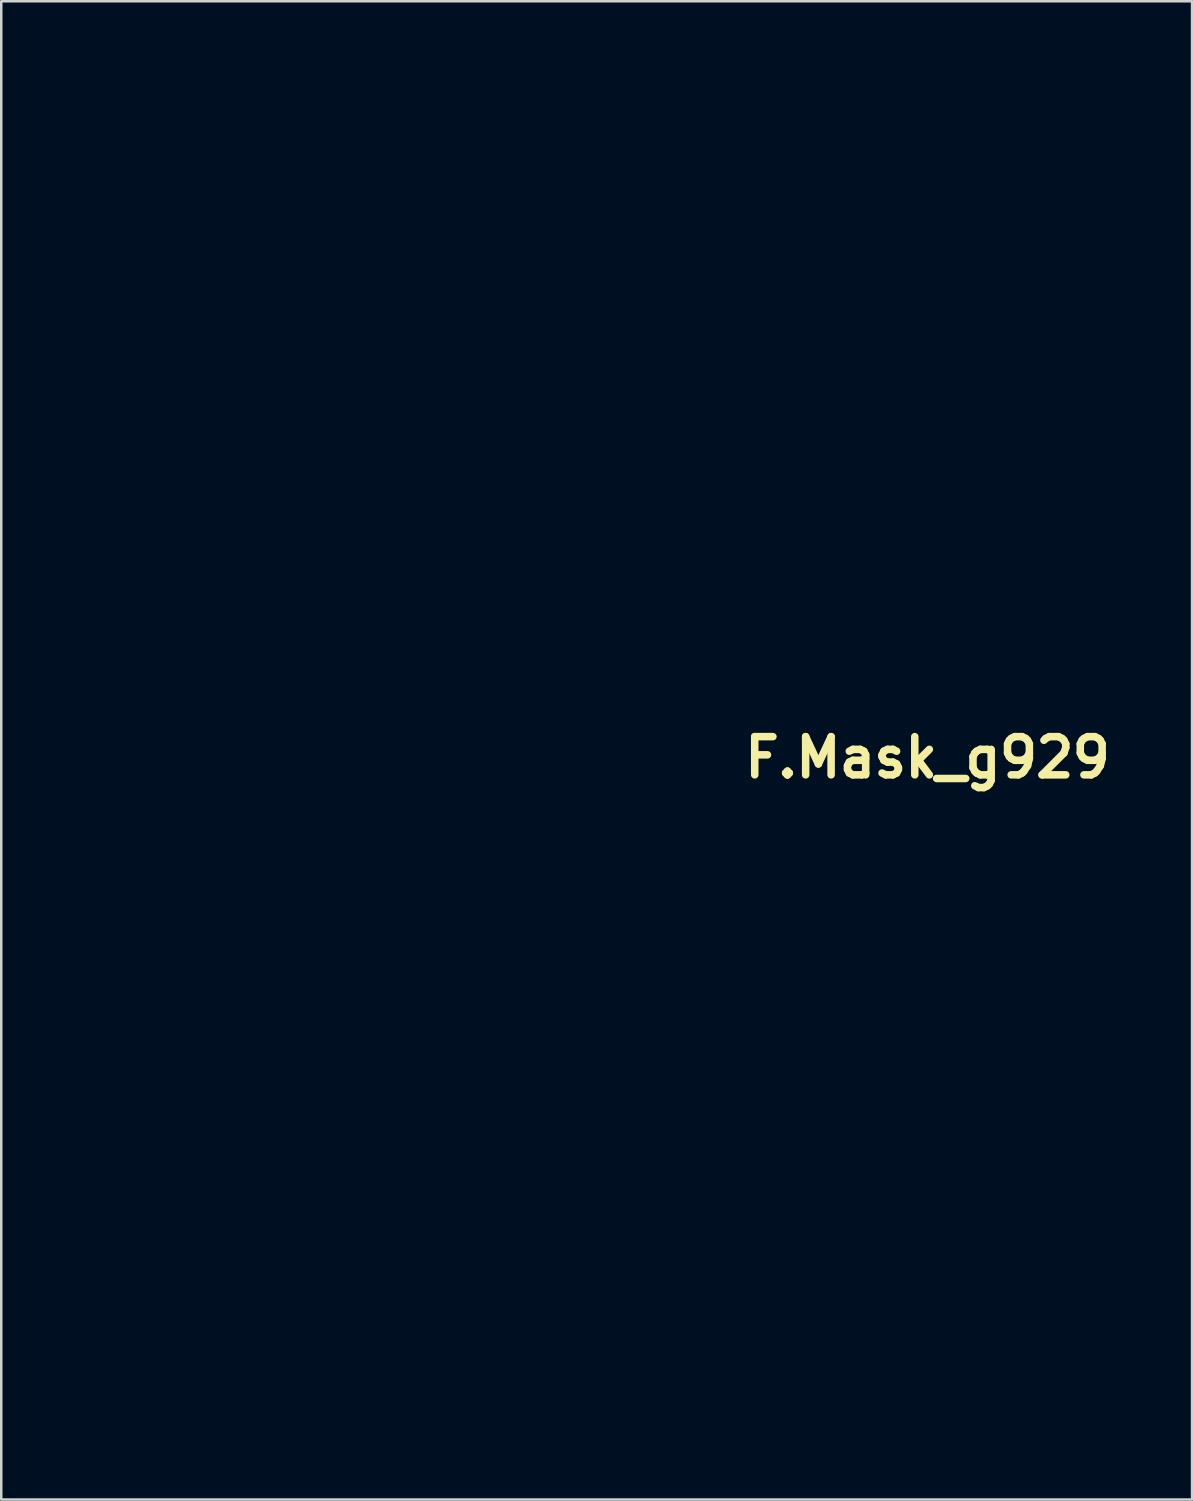
<source format=kicad_pcb>
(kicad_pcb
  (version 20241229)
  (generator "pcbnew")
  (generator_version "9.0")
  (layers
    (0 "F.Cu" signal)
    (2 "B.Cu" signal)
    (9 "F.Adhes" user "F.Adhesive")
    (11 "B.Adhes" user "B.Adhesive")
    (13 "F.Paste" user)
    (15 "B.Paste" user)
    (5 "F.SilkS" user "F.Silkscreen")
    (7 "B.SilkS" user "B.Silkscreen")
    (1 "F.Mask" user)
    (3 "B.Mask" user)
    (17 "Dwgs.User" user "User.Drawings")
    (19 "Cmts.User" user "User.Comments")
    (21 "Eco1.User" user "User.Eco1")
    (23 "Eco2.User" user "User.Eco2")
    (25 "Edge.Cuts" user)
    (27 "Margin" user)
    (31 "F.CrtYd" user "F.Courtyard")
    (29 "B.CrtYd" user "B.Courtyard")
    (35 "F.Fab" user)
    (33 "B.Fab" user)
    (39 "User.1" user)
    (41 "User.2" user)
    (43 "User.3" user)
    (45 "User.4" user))
  (footprint "F.Mask_g929"
    (layer "F.Cu")
    (at 33.957 27.176)
    (property "Reference" "F.Mask_g929" (at 0 0 0) (layer "F.SilkS") (effects (font (size 1.524 1.524) (thickness 0.3))))
    (attr through_hole)
    (fp_poly (pts (xy -23.987 18.733) (xy -23.776 18.733) (xy -23.6 18.734) (xy -23.457 18.735) (xy -23.343 18.737) (xy -23.254 18.739) (xy -23.189 18.742) (xy -23.142 18.746) (xy -23.112 18.751) (xy -23.094 18.757) (xy -23.086 18.764) (xy -23.085 18.766) (xy -23.08 18.798) (xy -23.076 18.864) (xy -23.074 18.956) (xy -23.072 19.068) (xy -23.072 19.147) (xy -23.072 19.494) (xy -23.407 19.494) (xy -23.506 19.495) (xy -23.641 19.496) (xy -23.803 19.498) (xy -23.986 19.5) (xy -24.182 19.502) (xy -24.383 19.505) (xy -24.574 19.509) (xy -25.407 19.523) (xy -25.393 19.376) (xy -25.387 19.293) (xy -25.383 19.183) (xy -25.38 19.064) (xy -25.379 18.981) (xy -25.379 18.733) (xy -24.238 18.733) (xy -23.987 18.733)) (stroke (width 0.01) (type solid)) (fill yes) (layer "F.Mask"))
    (fp_poly (pts (xy -31.806 5.465) (xy -31.744 5.488) (xy -31.651 5.529) (xy -31.621 5.543) (xy -31.347 5.662) (xy -31.065 5.758) (xy -30.767 5.836) (xy -30.442 5.898) (xy -30.321 5.916) (xy -30.223 5.93) (xy -30.136 5.943) (xy -30.073 5.953) (xy -30.046 5.958) (xy -30.028 5.964) (xy -30.017 5.979) (xy -30.01 6.009) (xy -30.008 6.061) (xy -30.008 6.144) (xy -30.01 6.229) (xy -30.017 6.492) (xy -30.305 6.506) (xy -30.426 6.511) (xy -30.548 6.515) (xy -30.655 6.518) (xy -30.734 6.519) (xy -30.736 6.519) (xy -30.88 6.519) (xy -30.892 6.588) (xy -30.896 6.617) (xy -30.904 6.686) (xy -30.916 6.792) (xy -30.933 6.932) (xy -30.952 7.103) (xy -30.975 7.304) (xy -31.001 7.531) (xy -31.03 7.782) (xy -31.061 8.054) (xy -31.094 8.344) (xy -31.129 8.651) (xy -31.165 8.971) (xy -31.2 9.282) (xy -31.237 9.612) (xy -31.273 9.931) (xy -31.308 10.236) (xy -31.341 10.526) (xy -31.371 10.797) (xy -31.4 11.046) (xy -31.426 11.272) (xy -31.448 11.471) (xy -31.468 11.641) (xy -31.484 11.779) (xy -31.496 11.882) (xy -31.504 11.949) (xy -31.508 11.975) (xy -31.512 12.013) (xy -31.506 12.038) (xy -31.482 12.053) (xy -31.433 12.064) (xy -31.35 12.073) (xy -31.323 12.076) (xy -31.183 12.089) (xy -31.169 12.241) (xy -31.16 12.331) (xy -31.151 12.415) (xy -31.144 12.472) (xy -31.132 12.552) (xy -31.322 12.552) (xy -31.447 12.556) (xy -31.545 12.569) (xy -31.612 12.589) (xy -31.643 12.615) (xy -31.644 12.623) (xy -31.646 12.65) (xy -31.653 12.713) (xy -31.662 12.806) (xy -31.674 12.922) (xy -31.688 13.055) (xy -31.697 13.134) (xy -31.716 13.319) (xy -31.737 13.53) (xy -31.76 13.763) (xy -31.784 14.015) (xy -31.809 14.284) (xy -31.835 14.566) (xy -31.862 14.859) (xy -31.889 15.16) (xy -31.916 15.466) (xy -31.943 15.773) (xy -31.969 16.08) (xy -31.995 16.382) (xy -32.02 16.678) (xy -32.044 16.964) (xy -32.067 17.237) (xy -32.087 17.495) (xy -32.106 17.734) (xy -32.123 17.951) (xy -32.138 18.144) (xy -32.149 18.31) (xy -32.158 18.446) (xy -32.164 18.548) (xy -32.166 18.614) (xy -32.165 18.642) (xy -32.165 18.642) (xy -32.125 18.66) (xy -32.048 18.673) (xy -31.935 18.683) (xy -31.792 18.689) (xy -31.692 18.69) (xy -31.584 18.691) (xy -31.494 18.694) (xy -31.428 18.698) (xy -31.393 18.704) (xy -31.39 18.706) (xy -31.4 18.732) (xy -31.425 18.781) (xy -31.443 18.814) (xy -31.473 18.868) (xy -31.493 18.903) (xy -31.496 18.911) (xy -31.477 18.919) (xy -31.423 18.942) (xy -31.339 18.976) (xy -31.229 19.021) (xy -31.097 19.074) (xy -30.948 19.133) (xy -30.808 19.189) (xy -30.648 19.253) (xy -30.501 19.313) (xy -30.372 19.366) (xy -30.265 19.411) (xy -30.184 19.445) (xy -30.135 19.468) (xy -30.12 19.477) (xy -30.137 19.495) (xy -30.178 19.524) (xy -30.195 19.535) (xy -30.261 19.562) (xy -30.363 19.586) (xy -30.501 19.608) (xy -30.678 19.627) (xy -30.894 19.645) (xy -31.151 19.66) (xy -31.255 19.665) (xy -31.452 19.674) (xy -31.611 19.683) (xy -31.738 19.693) (xy -31.837 19.704) (xy -31.913 19.717) (xy -31.97 19.732) (xy -32.015 19.751) (xy -32.048 19.771) (xy -32.091 19.808) (xy -32.128 19.856) (xy -32.159 19.918) (xy -32.186 20.001) (xy -32.211 20.108) (xy -32.234 20.243) (xy -32.257 20.413) (xy -32.278 20.595) (xy -32.311 20.902) (xy -32.347 21.239) (xy -32.384 21.6) (xy -32.422 21.976) (xy -32.46 22.358) (xy -32.497 22.738) (xy -32.533 23.109) (xy -32.566 23.461) (xy -32.596 23.787) (xy -32.619 24.056) (xy -32.625 24.136) (xy -32.63 24.253) (xy -32.636 24.4) (xy -32.642 24.571) (xy -32.647 24.761) (xy -32.651 24.963) (xy -32.655 25.171) (xy -32.657 25.284) (xy -32.671 26.236) (xy -32.724 26.342) (xy -32.8 26.45) (xy -32.904 26.528) (xy -32.996 26.566) (xy -33.07 26.581) (xy -33.17 26.592) (xy -33.284 26.598) (xy -33.398 26.598) (xy -33.501 26.594) (xy -33.579 26.584) (xy -33.602 26.578) (xy -33.693 26.544) (xy -33.754 26.508) (xy -33.801 26.46) (xy -33.835 26.407) (xy -33.89 26.281) (xy -33.928 26.123) (xy -33.948 25.942) (xy -33.952 25.746) (xy -33.939 25.542) (xy -33.91 25.337) (xy -33.864 25.141) (xy -33.807 24.971) (xy -33.784 24.912) (xy -33.763 24.849) (xy -33.744 24.78) (xy -33.725 24.702) (xy -33.707 24.611) (xy -33.689 24.506) (xy -33.67 24.381) (xy -33.651 24.236) (xy -33.63 24.066) (xy -33.608 23.869) (xy -33.583 23.641) (xy -33.556 23.38) (xy -33.526 23.083) (xy -33.496 22.775) (xy -33.463 22.439) (xy -33.425 22.062) (xy -33.384 21.649) (xy -33.339 21.202) (xy -33.29 20.722) (xy -33.239 20.214) (xy -33.184 19.679) (xy -33.127 19.12) (xy -33.068 18.539) (xy -33.007 17.94) (xy -32.944 17.324) (xy -32.879 16.694) (xy -32.813 16.054) (xy -32.746 15.404) (xy -32.678 14.749) (xy -32.61 14.09) (xy -32.542 13.431) (xy -32.473 12.773) (xy -32.405 12.12) (xy -32.338 11.473) (xy -32.271 10.836) (xy -32.258 10.71) (xy -32.21 10.248) (xy -32.166 9.826) (xy -32.126 9.442) (xy -32.089 9.094) (xy -32.057 8.78) (xy -32.027 8.497) (xy -32.001 8.245) (xy -31.978 8.02) (xy -31.958 7.82) (xy -31.941 7.645) (xy -31.926 7.491) (xy -31.913 7.356) (xy -31.902 7.239) (xy -31.893 7.137) (xy -31.885 7.048) (xy -31.879 6.971) (xy -31.874 6.903) (xy -31.87 6.842) (xy -31.867 6.787) (xy -31.865 6.734) (xy -31.863 6.682) (xy -31.862 6.678) (xy -31.858 6.55) (xy -31.856 6.455) (xy -31.858 6.387) (xy -31.863 6.336) (xy -31.873 6.296) (xy -31.888 6.256) (xy -31.897 6.236) (xy -31.954 6.067) (xy -31.976 5.894) (xy -31.964 5.726) (xy -31.916 5.569) (xy -31.86 5.466) (xy -31.843 5.458) (xy -31.806 5.465)) (stroke (width 0.01) (type solid)) (fill yes) (layer "F.Mask"))
    (fp_poly (pts (xy -23.337 -17.36) (xy -23.179 -17.332) (xy -23.049 -17.312) (xy -22.933 -17.3) (xy -22.818 -17.294) (xy -22.691 -17.292) (xy -22.521 -17.291) (xy -22.329 -17.286) (xy -22.124 -17.28) (xy -21.914 -17.271) (xy -21.707 -17.261) (xy -21.514 -17.25) (xy -21.341 -17.238) (xy -21.197 -17.225) (xy -21.141 -17.219) (xy -20.948 -17.195) (xy -20.788 -17.171) (xy -20.65 -17.144) (xy -20.524 -17.11) (xy -20.401 -17.068) (xy -20.271 -17.014) (xy -20.123 -16.946) (xy -20.045 -16.908) (xy -19.835 -16.804) (xy -19.66 -16.715) (xy -19.516 -16.637) (xy -19.398 -16.568) (xy -19.302 -16.506) (xy -19.224 -16.448) (xy -19.161 -16.393) (xy -19.157 -16.389) (xy -19.042 -16.277) (xy -18.869 -16.277) (xy -18.733 -16.274) (xy -18.579 -16.266) (xy -18.42 -16.254) (xy -18.266 -16.239) (xy -18.13 -16.222) (xy -18.021 -16.203) (xy -18.002 -16.199) (xy -17.923 -16.179) (xy -17.818 -16.147) (xy -17.701 -16.11) (xy -17.59 -16.071) (xy -17.506 -16.044) (xy -17.389 -16.008) (xy -17.244 -15.966) (xy -17.078 -15.92) (xy -16.898 -15.871) (xy -16.711 -15.821) (xy -16.552 -15.78) (xy -16.279 -15.71) (xy -16.042 -15.646) (xy -15.839 -15.588) (xy -15.663 -15.534) (xy -15.513 -15.482) (xy -15.382 -15.43) (xy -15.267 -15.378) (xy -15.163 -15.324) (xy -15.066 -15.265) (xy -14.973 -15.2) (xy -14.936 -15.173) (xy -14.772 -15.027) (xy -14.64 -14.857) (xy -14.535 -14.659) (xy -14.456 -14.429) (xy -14.454 -14.423) (xy -14.421 -14.246) (xy -14.407 -14.041) (xy -14.41 -13.818) (xy -14.431 -13.585) (xy -14.469 -13.352) (xy -14.522 -13.134) (xy -14.595 -12.91) (xy -14.677 -12.699) (xy -14.766 -12.51) (xy -14.859 -12.349) (xy -14.925 -12.255) (xy -15 -12.175) (xy -15.108 -12.08) (xy -15.244 -11.973) (xy -15.404 -11.858) (xy -15.582 -11.737) (xy -15.774 -11.614) (xy -15.975 -11.492) (xy -16.179 -11.375) (xy -16.383 -11.265) (xy -16.58 -11.165) (xy -16.606 -11.153) (xy -16.759 -11.081) (xy -16.885 -11.024) (xy -16.991 -10.98) (xy -17.09 -10.946) (xy -17.189 -10.918) (xy -17.299 -10.893) (xy -17.429 -10.868) (xy -17.558 -10.845) (xy -17.851 -10.8) (xy -18.111 -10.77) (xy -18.339 -10.757) (xy -18.53 -10.76) (xy -18.645 -10.772) (xy -18.761 -10.792) (xy -18.861 -10.817) (xy -18.953 -10.85) (xy -19.045 -10.895) (xy -19.146 -10.955) (xy -19.263 -11.036) (xy -19.389 -11.129) (xy -19.615 -11.299) (xy -19.808 -11.448) (xy -19.971 -11.577) (xy -20.106 -11.688) (xy -20.216 -11.784) (xy -20.251 -11.816) (xy -20.311 -11.871) (xy -20.36 -11.913) (xy -20.388 -11.936) (xy -20.392 -11.938) (xy -20.393 -11.92) (xy -20.384 -11.877) (xy -20.383 -11.869) (xy -20.357 -11.746) (xy -20.335 -11.589) (xy -20.318 -11.407) (xy -20.307 -11.207) (xy -20.301 -10.998) (xy -20.301 -10.788) (xy -20.307 -10.586) (xy -20.319 -10.399) (xy -20.321 -10.381) (xy -20.358 -10.144) (xy -20.422 -9.892) (xy -20.509 -9.632) (xy -20.616 -9.373) (xy -20.74 -9.125) (xy -20.875 -8.894) (xy -21.018 -8.69) (xy -21.139 -8.548) (xy -21.179 -8.506) (xy -21.212 -8.469) (xy -21.242 -8.438) (xy -21.273 -8.413) (xy -21.308 -8.392) (xy -21.351 -8.376) (xy -21.404 -8.364) (xy -21.472 -8.355) (xy -21.558 -8.35) (xy -21.665 -8.347) (xy -21.797 -8.347) (xy -21.957 -8.348) (xy -22.15 -8.351) (xy -22.377 -8.355) (xy -22.643 -8.359) (xy -22.657 -8.359) (xy -23.919 -8.379) (xy -24.062 -8.51) (xy -24.241 -8.666) (xy -24.399 -8.786) (xy -24.537 -8.87) (xy -24.655 -8.917) (xy -24.753 -8.929) (xy -24.833 -8.906) (xy -24.841 -8.901) (xy -24.868 -8.882) (xy -24.925 -8.838) (xy -25.008 -8.774) (xy -25.115 -8.691) (xy -25.241 -8.592) (xy -25.383 -8.481) (xy -25.538 -8.359) (xy -25.703 -8.229) (xy -25.745 -8.197) (xy -25.964 -8.024) (xy -26.155 -7.876) (xy -26.319 -7.75) (xy -26.462 -7.644) (xy -26.586 -7.554) (xy -26.695 -7.479) (xy -26.792 -7.416) (xy -26.882 -7.362) (xy -26.968 -7.316) (xy -27.054 -7.274) (xy -27.142 -7.234) (xy -27.146 -7.232) (xy -27.239 -7.194) (xy -27.324 -7.162) (xy -27.409 -7.135) (xy -27.497 -7.114) (xy -27.594 -7.097) (xy -27.706 -7.083) (xy -27.837 -7.073) (xy -27.994 -7.064) (xy -28.181 -7.057) (xy -28.404 -7.05) (xy -28.459 -7.049) (xy -28.648 -7.044) (xy -28.836 -7.039) (xy -29.015 -7.034) (xy -29.179 -7.03) (xy -29.319 -7.026) (xy -29.43 -7.023) (xy -29.485 -7.021) (xy -29.604 -7.02) (xy -29.724 -7.021) (xy -29.831 -7.026) (xy -29.898 -7.031) (xy -30.014 -7.05) (xy -30.139 -7.077) (xy -30.261 -7.109) (xy -30.365 -7.142) (xy -30.424 -7.167) (xy -30.561 -7.244) (xy -30.688 -7.333) (xy -30.797 -7.426) (xy -30.876 -7.515) (xy -30.887 -7.532) (xy -31.007 -7.744) (xy -31.094 -7.959) (xy -31.149 -8.184) (xy -31.173 -8.423) (xy -31.168 -8.684) (xy -31.148 -8.869) (xy -31.082 -9.239) (xy -30.982 -9.585) (xy -30.846 -9.91) (xy -30.673 -10.217) (xy -30.463 -10.509) (xy -30.212 -10.789) (xy -30.185 -10.816) (xy -30.004 -10.988) (xy -29.826 -11.138) (xy -29.638 -11.277) (xy -29.427 -11.413) (xy -29.303 -11.487) (xy -29.181 -11.556) (xy -29.052 -11.623) (xy -28.913 -11.69) (xy -28.757 -11.76) (xy -28.581 -11.834) (xy -28.379 -11.915) (xy -28.147 -12.005) (xy -27.881 -12.105) (xy -27.845 -12.118) (xy -27.517 -12.24) (xy -27.226 -12.347) (xy -26.968 -12.44) (xy -26.741 -12.522) (xy -26.539 -12.592) (xy -26.362 -12.652) (xy -26.205 -12.704) (xy -26.066 -12.747) (xy -25.941 -12.784) (xy -25.827 -12.815) (xy -25.721 -12.841) (xy -25.68 -12.85) (xy -25.463 -12.899) (xy -25.577 -13.017) (xy -25.755 -13.217) (xy -25.931 -13.449) (xy -26.101 -13.703) (xy -26.261 -13.973) (xy -26.407 -14.253) (xy -26.537 -14.534) (xy -26.645 -14.81) (xy -26.729 -15.074) (xy -26.785 -15.318) (xy -26.788 -15.335) (xy -26.81 -15.554) (xy -26.803 -15.751) (xy -26.767 -15.925) (xy -26.703 -16.072) (xy -26.612 -16.19) (xy -26.495 -16.278) (xy -26.437 -16.305) (xy -26.361 -16.339) (xy -26.286 -16.375) (xy -26.268 -16.385) (xy -26.086 -16.482) (xy -25.911 -16.566) (xy -25.735 -16.64) (xy -25.55 -16.707) (xy -25.348 -16.769) (xy -25.121 -16.831) (xy -24.862 -16.894) (xy -24.828 -16.902) (xy -24.665 -16.94) (xy -24.535 -16.973) (xy -24.432 -17.003) (xy -24.348 -17.033) (xy -24.276 -17.066) (xy -24.208 -17.105) (xy -24.138 -17.153) (xy -24.07 -17.202) (xy -23.985 -17.262) (xy -23.897 -17.32) (xy -23.822 -17.364) (xy -23.806 -17.372) (xy -23.697 -17.427) (xy -23.337 -17.36)) (stroke (width 0.01) (type solid)) (fill yes) (layer "F.Mask"))
    (fp_poly (pts (xy -26.633 -27.162) (xy -26.581 -27.131) (xy -26.505 -27.082) (xy -26.411 -27.018) (xy -26.303 -26.943) (xy -26.248 -26.903) (xy -26.135 -26.822) (xy -26.033 -26.75) (xy -25.948 -26.69) (xy -25.883 -26.645) (xy -25.845 -26.62) (xy -25.838 -26.616) (xy -25.815 -26.628) (xy -25.786 -26.669) (xy -25.773 -26.693) (xy -25.714 -26.78) (xy -25.624 -26.846) (xy -25.499 -26.894) (xy -25.42 -26.912) (xy -25.362 -26.919) (xy -25.268 -26.927) (xy -25.143 -26.935) (xy -24.994 -26.944) (xy -24.827 -26.952) (xy -24.647 -26.96) (xy -24.46 -26.967) (xy -24.274 -26.973) (xy -24.092 -26.978) (xy -23.922 -26.982) (xy -23.77 -26.985) (xy -23.641 -26.986) (xy -23.542 -26.985) (xy -23.483 -26.982) (xy -23.374 -26.966) (xy -23.29 -26.933) (xy -23.264 -26.917) (xy -23.2 -26.859) (xy -23.145 -26.781) (xy -23.106 -26.698) (xy -23.093 -26.632) (xy -23.088 -26.602) (xy -23.065 -26.595) (xy -23.024 -26.602) (xy -22.978 -26.607) (xy -22.9 -26.612) (xy -22.799 -26.615) (xy -22.685 -26.617) (xy -22.654 -26.617) (xy -22.352 -26.617) (xy -22.352 -26.67) (xy -22.333 -26.792) (xy -22.28 -26.903) (xy -22.199 -26.994) (xy -22.099 -27.057) (xy -22.055 -27.072) (xy -22.012 -27.078) (xy -21.932 -27.081) (xy -21.821 -27.083) (xy -21.684 -27.083) (xy -21.527 -27.082) (xy -21.356 -27.08) (xy -21.175 -27.076) (xy -20.992 -27.072) (xy -20.81 -27.066) (xy -20.637 -27.06) (xy -20.477 -27.053) (xy -20.335 -27.046) (xy -20.218 -27.038) (xy -20.131 -27.03) (xy -20.108 -27.027) (xy -19.94 -26.992) (xy -19.808 -26.937) (xy -19.713 -26.862) (xy -19.651 -26.767) (xy -19.642 -26.742) (xy -19.62 -26.675) (xy -19.182 -26.916) (xy -19.057 -26.984) (xy -18.944 -27.044) (xy -18.849 -27.094) (xy -18.776 -27.131) (xy -18.732 -27.153) (xy -18.721 -27.157) (xy -18.697 -27.139) (xy -18.67 -27.097) (xy -18.665 -27.088) (xy -18.632 -27.019) (xy -19.097 -26.765) (xy -19.225 -26.695) (xy -19.341 -26.631) (xy -19.441 -26.577) (xy -19.517 -26.534) (xy -19.566 -26.507) (xy -19.582 -26.499) (xy -19.59 -26.474) (xy -19.598 -26.415) (xy -19.607 -26.327) (xy -19.615 -26.219) (xy -19.621 -26.117) (xy -19.631 -25.954) (xy -19.642 -25.829) (xy -19.655 -25.737) (xy -19.67 -25.673) (xy -19.675 -25.658) (xy -19.734 -25.558) (xy -19.828 -25.469) (xy -19.958 -25.39) (xy -20.103 -25.328) (xy -20.309 -25.251) (xy -21.084 -25.281) (xy -21.285 -25.289) (xy -21.449 -25.296) (xy -21.579 -25.301) (xy -21.681 -25.307) (xy -21.76 -25.313) (xy -21.819 -25.32) (xy -21.864 -25.327) (xy -21.899 -25.336) (xy -21.929 -25.348) (xy -21.958 -25.361) (xy -21.973 -25.368) (xy -22.099 -25.444) (xy -22.191 -25.53) (xy -22.248 -25.617) (xy -22.29 -25.72) (xy -22.326 -25.851) (xy -22.353 -25.996) (xy -22.37 -26.142) (xy -22.373 -26.23) (xy -22.373 -26.234) (xy -22.2 -26.234) (xy -22.194 -26.103) (xy -22.182 -25.988) (xy -22.172 -25.937) (xy -22.138 -25.804) (xy -22.099 -25.705) (xy -22.048 -25.631) (xy -21.981 -25.572) (xy -21.931 -25.542) (xy -21.818 -25.478) (xy -21.169 -25.452) (xy -21.003 -25.446) (xy -20.847 -25.44) (xy -20.707 -25.435) (xy -20.589 -25.43) (xy -20.499 -25.427) (xy -20.443 -25.425) (xy -20.433 -25.424) (xy -20.359 -25.432) (xy -20.259 -25.457) (xy -20.168 -25.488) (xy -20.061 -25.53) (xy -19.978 -25.569) (xy -19.915 -25.612) (xy -19.869 -25.664) (xy -19.838 -25.731) (xy -19.817 -25.82) (xy -19.803 -25.936) (xy -19.793 -26.085) (xy -19.789 -26.171) (xy -19.782 -26.34) (xy -19.78 -26.473) (xy -19.785 -26.575) (xy -19.797 -26.652) (xy -19.817 -26.709) (xy -19.847 -26.751) (xy -19.886 -26.785) (xy -19.892 -26.789) (xy -19.927 -26.809) (xy -19.973 -26.826) (xy -20.034 -26.84) (xy -20.113 -26.853) (xy -20.213 -26.864) (xy -20.338 -26.873) (xy -20.491 -26.882) (xy -20.677 -26.89) (xy -20.899 -26.897) (xy -21.124 -26.904) (xy -21.35 -26.91) (xy -21.538 -26.915) (xy -21.691 -26.917) (xy -21.814 -26.916) (xy -21.909 -26.913) (xy -21.982 -26.906) (xy -22.036 -26.895) (xy -22.075 -26.88) (xy -22.103 -26.861) (xy -22.123 -26.836) (xy -22.14 -26.806) (xy -22.145 -26.797) (xy -22.166 -26.73) (xy -22.182 -26.63) (xy -22.194 -26.508) (xy -22.199 -26.373) (xy -22.2 -26.234) (xy -22.373 -26.234) (xy -22.376 -26.337) (xy -22.386 -26.404) (xy -22.4 -26.43) (xy -22.439 -26.441) (xy -22.509 -26.449) (xy -22.6 -26.453) (xy -22.701 -26.455) (xy -22.801 -26.453) (xy -22.889 -26.447) (xy -22.949 -26.438) (xy -23.067 -26.414) (xy -23.077 -26.113) (xy -23.091 -25.899) (xy -23.12 -25.722) (xy -23.164 -25.577) (xy -23.226 -25.46) (xy -23.308 -25.367) (xy -23.412 -25.295) (xy -23.469 -25.266) (xy -23.507 -25.25) (xy -23.543 -25.237) (xy -23.583 -25.227) (xy -23.632 -25.218) (xy -23.697 -25.212) (xy -23.782 -25.206) (xy -23.893 -25.201) (xy -24.036 -25.195) (xy -24.195 -25.189) (xy -24.36 -25.183) (xy -24.521 -25.177) (xy -24.67 -25.172) (xy -24.798 -25.166) (xy -24.9 -25.162) (xy -24.966 -25.159) (xy -24.966 -25.159) (xy -25.052 -25.157) (xy -25.12 -25.161) (xy -25.187 -25.174) (xy -25.268 -25.201) (xy -25.326 -25.222) (xy -25.463 -25.278) (xy -25.567 -25.332) (xy -25.644 -25.389) (xy -25.702 -25.456) (xy -25.744 -25.528) (xy -25.766 -25.573) (xy -25.782 -25.615) (xy -25.793 -25.663) (xy -25.802 -25.725) (xy -25.808 -25.807) (xy -25.815 -25.918) (xy -25.819 -26.019) (xy -25.825 -26.14) (xy -25.831 -26.245) (xy -25.832 -26.257) (xy -25.657 -26.257) (xy -25.652 -26.042) (xy -25.643 -25.869) (xy -25.629 -25.737) (xy -25.611 -25.646) (xy -25.61 -25.642) (xy -25.572 -25.567) (xy -25.504 -25.502) (xy -25.402 -25.442) (xy -25.285 -25.393) (xy -25.183 -25.358) (xy -25.103 -25.338) (xy -25.029 -25.33) (xy -24.959 -25.331) (xy -24.9 -25.333) (xy -24.806 -25.336) (xy -24.684 -25.341) (xy -24.542 -25.346) (xy -24.385 -25.352) (xy -24.225 -25.357) (xy -24.051 -25.364) (xy -23.914 -25.369) (xy -23.808 -25.374) (xy -23.728 -25.38) (xy -23.668 -25.387) (xy -23.623 -25.395) (xy -23.587 -25.406) (xy -23.554 -25.419) (xy -23.519 -25.436) (xy -23.517 -25.437) (xy -23.428 -25.496) (xy -23.358 -25.577) (xy -23.306 -25.681) (xy -23.27 -25.814) (xy -23.25 -25.978) (xy -23.243 -26.177) (xy -23.245 -26.3) (xy -23.251 -26.445) (xy -23.26 -26.555) (xy -23.274 -26.636) (xy -23.295 -26.694) (xy -23.324 -26.737) (xy -23.365 -26.77) (xy -23.387 -26.784) (xy -23.406 -26.794) (xy -23.426 -26.802) (xy -23.451 -26.809) (xy -23.486 -26.813) (xy -23.535 -26.816) (xy -23.602 -26.817) (xy -23.69 -26.817) (xy -23.804 -26.814) (xy -23.948 -26.811) (xy -24.126 -26.806) (xy -24.342 -26.799) (xy -24.35 -26.799) (xy -24.545 -26.793) (xy -24.731 -26.786) (xy -24.903 -26.779) (xy -25.055 -26.772) (xy -25.182 -26.765) (xy -25.28 -26.759) (xy -25.342 -26.753) (xy -25.357 -26.751) (xy -25.461 -26.727) (xy -25.539 -26.697) (xy -25.593 -26.653) (xy -25.629 -26.59) (xy -25.649 -26.501) (xy -25.657 -26.382) (xy -25.657 -26.257) (xy -25.832 -26.257) (xy -25.837 -26.329) (xy -25.842 -26.383) (xy -25.845 -26.401) (xy -25.864 -26.415) (xy -25.913 -26.45) (xy -25.987 -26.503) (xy -26.081 -26.57) (xy -26.19 -26.648) (xy -26.278 -26.711) (xy -26.396 -26.796) (xy -26.503 -26.873) (xy -26.594 -26.939) (xy -26.664 -26.989) (xy -26.708 -27.022) (xy -26.721 -27.032) (xy -26.726 -27.061) (xy -26.711 -27.105) (xy -26.685 -27.148) (xy -26.657 -27.171) (xy -26.633 -27.162)) (stroke (width 0.01) (type solid)) (fill yes) (layer "F.Mask"))
    (fp_poly (pts (xy -9.358 -7.676) (xy -9.342 -7.651) (xy -9.339 -7.616) (xy -9.341 -7.551) (xy -9.348 -7.467) (xy -9.353 -7.423) (xy -9.364 -7.333) (xy -9.379 -7.214) (xy -9.396 -7.077) (xy -9.413 -6.937) (xy -9.421 -6.869) (xy -9.442 -6.722) (xy -9.468 -6.563) (xy -9.497 -6.409) (xy -9.526 -6.275) (xy -9.536 -6.234) (xy -9.569 -6.1) (xy -9.597 -5.97) (xy -9.621 -5.837) (xy -9.644 -5.692) (xy -9.665 -5.53) (xy -9.685 -5.342) (xy -9.707 -5.122) (xy -9.716 -5.027) (xy -9.723 -4.95) (xy -9.733 -4.833) (xy -9.748 -4.68) (xy -9.765 -4.492) (xy -9.786 -4.274) (xy -9.809 -4.027) (xy -9.834 -3.755) (xy -9.862 -3.46) (xy -9.892 -3.144) (xy -9.923 -2.812) (xy -9.956 -2.464) (xy -9.99 -2.105) (xy -10.024 -1.737) (xy -10.06 -1.363) (xy -10.065 -1.302) (xy -10.129 -0.628) (xy -10.189 0.006) (xy -10.245 0.602) (xy -10.297 1.164) (xy -10.347 1.693) (xy -10.393 2.191) (xy -10.437 2.662) (xy -10.478 3.107) (xy -10.517 3.529) (xy -10.554 3.929) (xy -10.588 4.312) (xy -10.622 4.678) (xy -10.653 5.031) (xy -10.683 5.372) (xy -10.712 5.704) (xy -10.741 6.03) (xy -10.768 6.351) (xy -10.796 6.67) (xy -10.823 6.99) (xy -10.849 7.313) (xy -10.877 7.64) (xy -10.904 7.976) (xy -10.932 8.321) (xy -10.961 8.678) (xy -10.991 9.05) (xy -10.996 9.112) (xy -11.032 9.557) (xy -11.065 9.961) (xy -11.095 10.328) (xy -11.122 10.661) (xy -11.147 10.962) (xy -11.17 11.232) (xy -11.19 11.476) (xy -11.209 11.695) (xy -11.227 11.892) (xy -11.243 12.069) (xy -11.258 12.23) (xy -11.273 12.375) (xy -11.286 12.509) (xy -11.299 12.633) (xy -11.303 12.668) (xy -11.332 12.944) (xy -11.361 13.257) (xy -11.391 13.603) (xy -11.42 13.976) (xy -11.449 14.372) (xy -11.473 14.725) (xy -11.516 15.386) (xy -11.368 15.9) (xy -11.255 16.296) (xy -11.153 16.655) (xy -11.061 16.982) (xy -10.977 17.281) (xy -10.901 17.556) (xy -10.832 17.811) (xy -10.768 18.051) (xy -10.709 18.279) (xy -10.654 18.501) (xy -10.601 18.719) (xy -10.549 18.939) (xy -10.498 19.164) (xy -10.445 19.398) (xy -10.391 19.647) (xy -10.334 19.913) (xy -10.274 20.202) (xy -10.255 20.288) (xy -10.177 20.658) (xy -10.106 20.989) (xy -10.042 21.283) (xy -9.983 21.543) (xy -9.93 21.772) (xy -9.881 21.972) (xy -9.836 22.145) (xy -9.795 22.295) (xy -9.756 22.424) (xy -9.719 22.533) (xy -9.683 22.627) (xy -9.656 22.691) (xy -9.574 22.907) (xy -9.512 23.142) (xy -9.474 23.381) (xy -9.463 23.609) (xy -9.464 23.649) (xy -9.471 23.748) (xy -9.486 23.828) (xy -9.512 23.889) (xy -9.555 23.935) (xy -9.618 23.968) (xy -9.705 23.99) (xy -9.823 24.003) (xy -9.974 24.009) (xy -10.16 24.012) (xy -10.327 24.012) (xy -10.458 24.009) (xy -10.557 24.003) (xy -10.629 23.992) (xy -10.681 23.975) (xy -10.718 23.951) (xy -10.744 23.919) (xy -10.763 23.884) (xy -10.783 23.836) (xy -10.799 23.778) (xy -10.813 23.708) (xy -10.824 23.619) (xy -10.834 23.507) (xy -10.842 23.368) (xy -10.849 23.196) (xy -10.856 22.988) (xy -10.857 22.945) (xy -10.862 22.785) (xy -10.867 22.638) (xy -10.873 22.508) (xy -10.879 22.403) (xy -10.884 22.328) (xy -10.889 22.287) (xy -10.89 22.283) (xy -10.915 22.252) (xy -10.931 22.246) (xy -10.955 22.259) (xy -11.005 22.296) (xy -11.073 22.351) (xy -11.152 22.418) (xy -11.177 22.44) (xy -11.354 22.587) (xy -11.53 22.718) (xy -11.7 22.83) (xy -11.858 22.92) (xy -12 22.984) (xy -12.12 23.02) (xy -12.131 23.022) (xy -12.192 23.037) (xy -12.228 23.067) (xy -12.246 23.102) (xy -12.262 23.156) (xy -12.281 23.248) (xy -12.303 23.373) (xy -12.327 23.527) (xy -12.352 23.705) (xy -12.377 23.903) (xy -12.401 24.109) (xy -12.423 24.3) (xy -12.439 24.456) (xy -12.451 24.582) (xy -12.458 24.685) (xy -12.461 24.77) (xy -12.459 24.844) (xy -12.453 24.913) (xy -12.443 24.983) (xy -12.429 25.06) (xy -12.424 25.084) (xy -12.404 25.194) (xy -12.392 25.286) (xy -12.386 25.377) (xy -12.385 25.479) (xy -12.39 25.608) (xy -12.39 25.622) (xy -12.407 25.864) (xy -12.433 26.065) (xy -12.468 26.227) (xy -12.514 26.35) (xy -12.571 26.437) (xy -12.626 26.482) (xy -12.711 26.513) (xy -12.827 26.529) (xy -12.977 26.529) (xy -13.1 26.52) (xy -13.285 26.496) (xy -13.433 26.461) (xy -13.548 26.413) (xy -13.634 26.351) (xy -13.696 26.271) (xy -13.704 26.257) (xy -13.723 26.215) (xy -13.735 26.17) (xy -13.743 26.112) (xy -13.746 26.031) (xy -13.746 25.918) (xy -13.746 25.908) (xy -13.738 25.694) (xy -13.713 25.49) (xy -13.669 25.281) (xy -13.603 25.053) (xy -13.599 25.04) (xy -13.567 24.927) (xy -13.533 24.791) (xy -13.5 24.637) (xy -13.467 24.469) (xy -13.435 24.294) (xy -13.406 24.116) (xy -13.379 23.94) (xy -13.357 23.771) (xy -13.338 23.615) (xy -13.325 23.477) (xy -13.317 23.361) (xy -13.316 23.272) (xy -13.323 23.217) (xy -13.332 23.201) (xy -13.35 23.197) (xy -13.394 23.193) (xy -13.464 23.19) (xy -13.562 23.186) (xy -13.689 23.182) (xy -13.845 23.179) (xy -14.032 23.175) (xy -14.252 23.171) (xy -14.504 23.167) (xy -14.79 23.163) (xy -15.112 23.159) (xy -15.47 23.155) (xy -15.866 23.151) (xy -16.3 23.147) (xy -16.774 23.142) (xy -17.288 23.137) (xy -17.537 23.135) (xy -18.286 23.128) (xy -18.994 23.122) (xy -19.661 23.116) (xy -20.287 23.111) (xy -20.873 23.106) (xy -21.42 23.102) (xy -21.928 23.098) (xy -22.398 23.095) (xy -22.83 23.092) (xy -23.225 23.089) (xy -23.584 23.087) (xy -23.906 23.085) (xy -24.194 23.084) (xy -24.446 23.083) (xy -24.665 23.082) (xy -24.85 23.082) (xy -25.002 23.083) (xy -25.122 23.084) (xy -25.21 23.085) (xy -25.266 23.086) (xy -25.271 23.087) (xy -25.534 23.099) (xy -25.52 22.839) (xy -25.514 22.722) (xy -25.51 22.606) (xy -25.507 22.506) (xy -25.506 22.444) (xy -25.506 22.31) (xy -24.216 22.31) (xy -23.986 22.31) (xy -23.768 22.31) (xy -23.565 22.311) (xy -23.382 22.313) (xy -23.223 22.314) (xy -23.09 22.316) (xy -22.989 22.318) (xy -22.922 22.32) (xy -22.894 22.322) (xy -22.893 22.323) (xy -22.87 22.349) (xy -22.86 22.409) (xy -22.86 22.428) (xy -22.847 22.51) (xy -22.811 22.572) (xy -22.759 22.603) (xy -22.738 22.606) (xy -22.709 22.602) (xy -22.643 22.592) (xy -22.546 22.577) (xy -22.425 22.556) (xy -22.285 22.532) (xy -22.131 22.506) (xy -22.098 22.5) (xy -21.495 22.394) (xy -17.312 22.408) (xy -16.754 22.41) (xy -16.235 22.411) (xy -15.755 22.413) (xy -15.313 22.413) (xy -14.912 22.414) (xy -14.55 22.414) (xy -14.228 22.414) (xy -13.946 22.413) (xy -13.705 22.412) (xy -13.505 22.411) (xy -13.346 22.409) (xy -13.229 22.407) (xy -13.153 22.405) (xy -13.119 22.402) (xy -13.117 22.402) (xy -13.11 22.373) (xy -13.1 22.306) (xy -13.087 22.207) (xy -13.082 22.164) (xy -12.337 22.164) (xy -12.336 22.226) (xy -12.33 22.27) (xy -12.321 22.297) (xy -12.315 22.305) (xy -12.262 22.329) (xy -12.188 22.319) (xy -12.094 22.278) (xy -12.088 22.274) (xy -11.895 22.146) (xy -11.698 21.987) (xy -11.507 21.805) (xy -11.333 21.609) (xy -11.318 21.59) (xy -11.227 21.471) (xy -11.164 21.37) (xy -11.123 21.277) (xy -11.1 21.181) (xy -11.092 21.072) (xy -11.092 21.04) (xy -11.099 20.866) (xy -11.121 20.668) (xy -11.154 20.459) (xy -11.195 20.254) (xy -11.244 20.065) (xy -11.292 19.918) (xy -11.309 19.857) (xy -11.321 19.772) (xy -11.33 19.658) (xy -11.335 19.513) (xy -11.345 19.307) (xy -11.365 19.121) (xy -11.397 18.936) (xy -11.438 18.754) (xy -11.485 18.576) (xy -11.536 18.407) (xy -11.59 18.255) (xy -11.643 18.124) (xy -11.695 18.02) (xy -11.742 17.948) (xy -11.769 17.922) (xy -11.814 17.902) (xy -11.854 17.91) (xy -11.888 17.948) (xy -11.918 18.018) (xy -11.944 18.121) (xy -11.966 18.261) (xy -11.986 18.437) (xy -12.002 18.654) (xy -12.012 18.807) (xy -12.023 18.98) (xy -12.04 19.19) (xy -12.061 19.433) (xy -12.088 19.705) (xy -12.118 19.999) (xy -12.152 20.313) (xy -12.189 20.64) (xy -12.193 20.669) (xy -12.228 20.976) (xy -12.258 21.244) (xy -12.283 21.475) (xy -12.303 21.671) (xy -12.318 21.835) (xy -12.329 21.971) (xy -12.335 22.079) (xy -12.337 22.164) (xy -13.082 22.164) (xy -13.072 22.08) (xy -13.055 21.929) (xy -13.036 21.759) (xy -13.017 21.575) (xy -12.997 21.381) (xy -12.978 21.182) (xy -12.959 20.983) (xy -12.941 20.789) (xy -12.925 20.604) (xy -12.91 20.432) (xy -12.898 20.279) (xy -12.891 20.181) (xy -12.882 19.984) (xy -12.884 19.826) (xy -12.896 19.705) (xy -12.92 19.62) (xy -12.947 19.575) (xy -12.964 19.56) (xy -12.987 19.549) (xy -13.023 19.543) (xy -13.079 19.542) (xy -13.162 19.544) (xy -13.279 19.548) (xy -13.291 19.549) (xy -13.533 19.553) (xy -13.769 19.543) (xy -13.917 19.529) (xy -14.101 19.51) (xy -14.269 19.495) (xy -14.426 19.482) (xy -14.578 19.471) (xy -14.731 19.463) (xy -14.892 19.457) (xy -15.066 19.453) (xy -15.26 19.451) (xy -15.479 19.45) (xy -15.73 19.45) (xy -15.952 19.45) (xy -17.034 19.455) (xy -17.206 19.124) (xy -17.262 19.015) (xy -17.31 18.919) (xy -17.347 18.842) (xy -17.371 18.79) (xy -17.378 18.771) (xy -17.358 18.761) (xy -17.303 18.757) (xy -17.235 18.759) (xy -17.171 18.76) (xy -17.073 18.76) (xy -16.951 18.759) (xy -16.811 18.756) (xy -16.664 18.751) (xy -16.616 18.75) (xy -16.514 18.746) (xy -16.375 18.742) (xy -16.203 18.736) (xy -16.003 18.73) (xy -15.78 18.724) (xy -15.538 18.717) (xy -15.282 18.709) (xy -15.017 18.702) (xy -14.748 18.695) (xy -14.563 18.69) (xy -14.305 18.683) (xy -14.057 18.676) (xy -13.822 18.669) (xy -13.605 18.662) (xy -13.409 18.656) (xy -13.237 18.65) (xy -13.092 18.645) (xy -12.98 18.641) (xy -12.903 18.637) (xy -12.866 18.634) (xy -12.795 18.624) (xy -12.755 18.61) (xy -12.737 18.586) (xy -12.735 18.576) (xy -12.727 18.534) (xy -12.716 18.452) (xy -12.701 18.332) (xy -12.684 18.177) (xy -12.663 17.99) (xy -12.639 17.772) (xy -12.613 17.527) (xy -12.585 17.256) (xy -12.555 16.962) (xy -12.523 16.647) (xy -12.501 16.428) (xy -12.386 15.276) (xy -12.721 14.046) (xy -12.821 13.683) (xy -12.91 13.358) (xy -12.99 13.068) (xy -13.063 12.811) (xy -13.128 12.584) (xy -13.188 12.384) (xy -13.243 12.209) (xy -13.293 12.056) (xy -13.342 11.922) (xy -13.388 11.805) (xy -13.434 11.702) (xy -13.48 11.61) (xy -13.527 11.526) (xy -13.577 11.448) (xy -13.63 11.373) (xy -13.688 11.299) (xy -13.751 11.222) (xy -13.821 11.14) (xy -13.843 11.114) (xy -14.002 10.931) (xy -14.182 10.729) (xy -14.378 10.51) (xy -14.588 10.278) (xy -14.809 10.037) (xy -15.038 9.789) (xy -15.27 9.539) (xy -15.503 9.29) (xy -15.734 9.046) (xy -15.959 8.809) (xy -16.175 8.584) (xy -16.378 8.373) (xy -16.566 8.181) (xy -16.735 8.011) (xy -16.882 7.867) (xy -16.983 7.77) (xy -17.21 7.556) (xy -17.453 7.556) (xy -17.552 7.559) (xy -17.682 7.565) (xy -17.83 7.574) (xy -17.987 7.585) (xy -18.14 7.598) (xy -18.146 7.599) (xy -18.349 7.617) (xy -18.57 7.634) (xy -18.804 7.652) (xy -19.043 7.668) (xy -19.28 7.683) (xy -19.51 7.697) (xy -19.726 7.708) (xy -19.921 7.717) (xy -20.088 7.723) (xy -20.221 7.726) (xy -20.247 7.726) (xy -20.555 7.726) (xy -20.584 7.657) (xy -20.598 7.601) (xy -20.609 7.509) (xy -20.616 7.398) (xy -16.129 7.398) (xy -16.115 7.431) (xy -16.076 7.492) (xy -16.013 7.577) (xy -15.929 7.685) (xy -15.828 7.811) (xy -15.712 7.953) (xy -15.583 8.107) (xy -15.444 8.269) (xy -15.297 8.438) (xy -15.146 8.609) (xy -14.993 8.78) (xy -14.841 8.948) (xy -14.817 8.974) (xy -14.72 9.079) (xy -14.605 9.206) (xy -14.479 9.344) (xy -14.353 9.485) (xy -14.234 9.617) (xy -14.211 9.643) (xy -14.101 9.765) (xy -13.987 9.891) (xy -13.876 10.013) (xy -13.776 10.122) (xy -13.694 10.211) (xy -13.671 10.235) (xy -13.545 10.37) (xy -13.443 10.484) (xy -13.357 10.585) (xy -13.281 10.682) (xy -13.207 10.783) (xy -13.137 10.885) (xy -13.072 10.982) (xy -13.018 11.068) (xy -12.969 11.152) (xy -12.92 11.243) (xy -12.866 11.35) (xy -12.803 11.483) (xy -12.77 11.555) (xy -12.698 11.703) (xy -12.636 11.814) (xy -12.582 11.892) (xy -12.534 11.941) (xy -12.502 11.959) (xy -12.458 11.969) (xy -12.387 11.976) (xy -12.314 11.979) (xy -12.228 11.977) (xy -12.173 11.967) (xy -12.138 11.947) (xy -12.132 11.942) (xy -12.116 11.918) (xy -12.101 11.878) (xy -12.085 11.819) (xy -12.07 11.739) (xy -12.054 11.636) (xy -12.037 11.507) (xy -12.019 11.351) (xy -11.999 11.165) (xy -11.978 10.947) (xy -11.956 10.694) (xy -11.931 10.405) (xy -11.904 10.078) (xy -11.886 9.853) (xy -11.846 9.347) (xy -11.809 8.882) (xy -11.777 8.457) (xy -11.747 8.07) (xy -11.722 7.721) (xy -11.7 7.408) (xy -11.681 7.13) (xy -11.665 6.885) (xy -11.653 6.674) (xy -11.644 6.493) (xy -11.638 6.343) (xy -11.635 6.222) (xy -11.635 6.129) (xy -11.638 6.063) (xy -11.639 6.043) (xy -11.652 5.937) (xy -11.938 5.931) (xy -12.123 5.931) (xy -12.289 5.938) (xy -12.431 5.953) (xy -12.542 5.975) (xy -12.614 6) (xy -12.657 6.025) (xy -12.723 6.069) (xy -12.805 6.124) (xy -12.873 6.172) (xy -13.019 6.269) (xy -13.168 6.355) (xy -13.329 6.433) (xy -13.506 6.505) (xy -13.706 6.574) (xy -13.934 6.641) (xy -14.197 6.71) (xy -14.277 6.73) (xy -14.55 6.799) (xy -14.812 6.87) (xy -15.058 6.941) (xy -15.285 7.011) (xy -15.492 7.08) (xy -15.675 7.146) (xy -15.831 7.208) (xy -15.958 7.266) (xy -16.051 7.317) (xy -16.109 7.362) (xy -16.129 7.398) (xy -20.616 7.398) (xy -20.617 7.388) (xy -20.62 7.304) (xy -20.627 7.02) (xy -20.447 6.863) (xy -20.289 6.737) (xy -20.105 6.611) (xy -19.905 6.489) (xy -19.7 6.377) (xy -19.499 6.281) (xy -19.311 6.206) (xy -19.209 6.173) (xy -19.041 6.13) (xy -18.842 6.088) (xy -18.611 6.046) (xy -18.346 6.004) (xy -18.044 5.962) (xy -17.703 5.919) (xy -17.322 5.875) (xy -17.314 5.874) (xy -16.906 5.824) (xy -16.471 5.761) (xy -16.017 5.688) (xy -15.553 5.605) (xy -15.086 5.514) (xy -14.625 5.418) (xy -14.176 5.316) (xy -13.75 5.212) (xy -13.352 5.107) (xy -13.123 5.041) (xy -12.984 5.001) (xy -12.874 4.971) (xy -12.78 4.951) (xy -12.692 4.938) (xy -12.597 4.928) (xy -12.505 4.922) (xy -12.353 4.917) (xy -12.233 4.92) (xy -12.134 4.937) (xy -12.046 4.969) (xy -11.957 5.019) (xy -11.857 5.092) (xy -11.817 5.124) (xy -11.735 5.188) (xy -11.68 5.228) (xy -11.644 5.248) (xy -11.622 5.25) (xy -11.607 5.239) (xy -11.607 5.238) (xy -11.597 5.221) (xy -11.587 5.196) (xy -11.577 5.161) (xy -11.566 5.114) (xy -11.555 5.053) (xy -11.543 4.977) (xy -11.529 4.884) (xy -11.514 4.773) (xy -11.498 4.64) (xy -11.48 4.486) (xy -11.461 4.308) (xy -11.439 4.104) (xy -11.415 3.872) (xy -11.388 3.611) (xy -11.359 3.32) (xy -11.327 2.995) (xy -11.292 2.637) (xy -11.254 2.242) (xy -11.212 1.809) (xy -11.167 1.337) (xy -11.145 1.111) (xy -11.109 0.74) (xy -11.077 0.407) (xy -11.048 0.112) (xy -11.022 -0.15) (xy -10.998 -0.381) (xy -10.977 -0.583) (xy -10.957 -0.759) (xy -10.939 -0.913) (xy -10.923 -1.047) (xy -10.907 -1.163) (xy -10.893 -1.264) (xy -10.878 -1.354) (xy -10.869 -1.408) (xy -10.798 -1.815) (xy -10.734 -2.184) (xy -10.677 -2.518) (xy -10.628 -2.821) (xy -10.585 -3.095) (xy -10.549 -3.344) (xy -10.518 -3.572) (xy -10.492 -3.781) (xy -10.471 -3.974) (xy -10.453 -4.156) (xy -10.44 -4.329) (xy -10.435 -4.403) (xy -10.429 -4.517) (xy -10.425 -4.623) (xy -10.423 -4.728) (xy -10.424 -4.84) (xy -10.428 -4.966) (xy -10.435 -5.113) (xy -10.444 -5.288) (xy -10.455 -5.469) (xy -10.498 -6.164) (xy -9.995 -6.834) (xy -9.883 -6.985) (xy -9.777 -7.128) (xy -9.682 -7.26) (xy -9.599 -7.377) (xy -9.533 -7.473) (xy -9.485 -7.545) (xy -9.46 -7.588) (xy -9.457 -7.594) (xy -9.425 -7.654) (xy -9.39 -7.682) (xy -9.358 -7.676)) (stroke (width 0.01) (type solid)) (fill yes) (layer "F.Mask")))
  (gr_rect
    (start -3 -3)
    (end 44.512 56.78)
    (stroke (width 0.1) (type default))
    (fill no)
    (layer "Edge.Cuts")))
</source>
